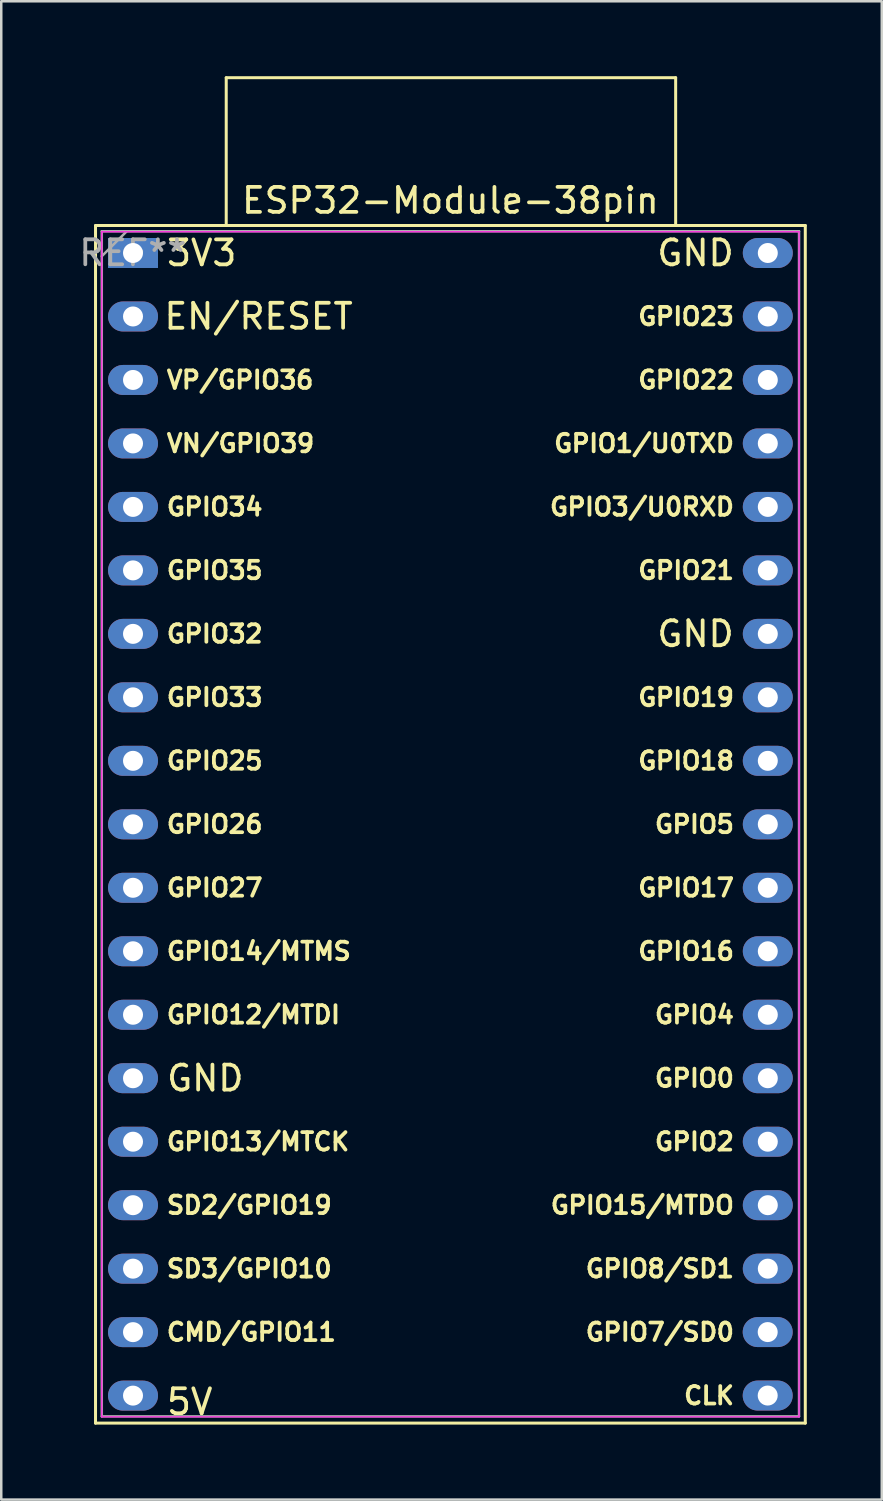
<source format=kicad_pcb>
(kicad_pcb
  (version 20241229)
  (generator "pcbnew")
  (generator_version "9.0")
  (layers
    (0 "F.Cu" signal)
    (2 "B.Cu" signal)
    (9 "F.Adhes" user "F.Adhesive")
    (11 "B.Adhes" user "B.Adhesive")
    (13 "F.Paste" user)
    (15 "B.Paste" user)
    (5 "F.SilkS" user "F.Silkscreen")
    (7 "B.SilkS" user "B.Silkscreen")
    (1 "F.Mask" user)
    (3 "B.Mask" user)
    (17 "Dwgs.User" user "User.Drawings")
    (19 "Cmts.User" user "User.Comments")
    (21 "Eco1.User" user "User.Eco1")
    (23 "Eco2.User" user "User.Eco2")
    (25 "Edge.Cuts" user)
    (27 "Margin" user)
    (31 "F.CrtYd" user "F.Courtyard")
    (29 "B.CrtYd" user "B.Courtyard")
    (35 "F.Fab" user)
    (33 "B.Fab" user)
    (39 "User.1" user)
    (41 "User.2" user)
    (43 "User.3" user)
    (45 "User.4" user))
  (footprint "ESP32-Module-38pin"
    (layer "F.Cu")
    (at 2.272 7.073)
    (property "Reference" "ESP32-Module-38pin" (at 12.7 -2.1 0) (layer "F.SilkS") (effects (font (size 1 1) (thickness 0.15))))
    (attr through_hole)
    (fp_line (start -1.5 46.82) (end 26.9 46.82) (stroke (width 0.12) (type solid)) (layer "F.SilkS"))
    (fp_line (start -1.5 -1.1) (end -1.5 46.82) (stroke (width 0.12) (type solid)) (layer "F.SilkS"))
    (fp_line (start 3.73 -7.013) (end 21.713 -7.013) (stroke (width 0.12) (type solid)) (layer "F.SilkS"))
    (fp_line (start 3.73 -1.12) (end 3.73 -7.013) (stroke (width 0.12) (type solid)) (layer "F.SilkS"))
    (fp_line (start 21.713 -7.013) (end 21.713 -1.12) (stroke (width 0.12) (type solid)) (layer "F.SilkS"))
    (fp_line (start 26.9 46.82) (end 26.9 -1.1) (stroke (width 0.12) (type solid)) (layer "F.SilkS"))
    (fp_line (start 26.9 -1.1) (end -1.5 -1.1) (stroke (width 0.12) (type solid)) (layer "F.SilkS"))
    (fp_line (start -1.25 -0.85) (end 26.65 -0.85) (stroke (width 0.05) (type solid)) (layer "F.CrtYd"))
    (fp_line (start -1.25 46.57) (end -1.25 -0.85) (stroke (width 0.05) (type solid)) (layer "F.CrtYd"))
    (fp_line (start 26.65 -0.85) (end 26.65 46.57) (stroke (width 0.05) (type solid)) (layer "F.CrtYd"))
    (fp_line (start 26.65 46.57) (end -1.25 46.57) (stroke (width 0.05) (type solid)) (layer "F.CrtYd"))
    (fp_line (start -1.25 -0.87) (end 26.65 -0.87) (stroke (width 0.1) (type solid)) (layer "F.Fab"))
    (fp_line (start -1.25 46.55) (end -1.25 -0.87) (stroke (width 0.1) (type solid)) (layer "F.Fab"))
    (fp_line (start -0.25 -0.87) (end -1.25 0.13) (stroke (width 0.1) (type solid)) (layer "F.Fab"))
    (fp_line (start 26.65 -0.87) (end 26.65 46.55) (stroke (width 0.1) (type solid)) (layer "F.Fab"))
    (fp_line (start 26.65 46.55) (end -1.25 46.55) (stroke (width 0.1) (type solid)) (layer "F.Fab"))
    (fp_text user "GPIO7/SD0" (at 24.13 43.18 0) (unlocked yes) (layer "F.SilkS") (effects (font (size 0.7 0.7) (thickness 0.15)) (justify right)))
    (fp_text user "GPIO17" (at 24.13 25.4 0) (unlocked yes) (layer "F.SilkS") (effects (font (size 0.7 0.7) (thickness 0.15)) (justify right)))
    (fp_text user "VP/GPIO36" (at 1.27 5.08 0) (unlocked yes) (layer "F.SilkS") (effects (font (size 0.7 0.7) (thickness 0.15)) (justify left)))
    (fp_text user "GPIO18" (at 24.13 20.32 0) (unlocked yes) (layer "F.SilkS") (effects (font (size 0.7 0.7) (thickness 0.15)) (justify right)))
    (fp_text user "GPIO3/U0RXD" (at 24.13 10.16 0) (unlocked yes) (layer "F.SilkS") (effects (font (size 0.7 0.7) (thickness 0.15)) (justify right)))
    (fp_text user "EN/RESET" (at 8.886 2.537 0) (unlocked yes) (layer "F.SilkS") (effects (font (size 1 1) (thickness 0.15)) (justify right)))
    (fp_text user "GPIO16" (at 24.13 27.94 0) (unlocked yes) (layer "F.SilkS") (effects (font (size 0.7 0.7) (thickness 0.15)) (justify right)))
    (fp_text user "SD2/GPIO19" (at 1.27 38.1 0) (unlocked yes) (layer "F.SilkS") (effects (font (size 0.7 0.7) (thickness 0.15)) (justify left)))
    (fp_text user "GPIO33" (at 1.27 17.78 0) (unlocked yes) (layer "F.SilkS") (effects (font (size 0.7 0.7) (thickness 0.15)) (justify left)))
    (fp_text user "GPIO5" (at 24.13 22.86 0) (unlocked yes) (layer "F.SilkS") (effects (font (size 0.7 0.7) (thickness 0.15)) (justify right)))
    (fp_text user "GPIO2" (at 24.13 35.56 0) (unlocked yes) (layer "F.SilkS") (effects (font (size 0.7 0.7) (thickness 0.15)) (justify right)))
    (fp_text user "VN/GPIO39" (at 1.27 7.62 0) (unlocked yes) (layer "F.SilkS") (effects (font (size 0.7 0.7) (thickness 0.15)) (justify left)))
    (fp_text user "GPIO35" (at 1.27 12.7 0) (unlocked yes) (layer "F.SilkS") (effects (font (size 0.7 0.7) (thickness 0.15)) (justify left)))
    (fp_text user "GPIO0" (at 24.13 33.02 0) (unlocked yes) (layer "F.SilkS") (effects (font (size 0.7 0.7) (thickness 0.15)) (justify right)))
    (fp_text user "GPIO13/MTCK" (at 1.27 35.56 0) (unlocked yes) (layer "F.SilkS") (effects (font (size 0.7 0.7) (thickness 0.15)) (justify left)))
    (fp_text user "GPIO26" (at 1.27 22.86 0) (unlocked yes) (layer "F.SilkS") (effects (font (size 0.7 0.7) (thickness 0.15)) (justify left)))
    (fp_text user "GPIO23" (at 24.13 2.54 0) (unlocked yes) (layer "F.SilkS") (effects (font (size 0.7 0.7) (thickness 0.15)) (justify right)))
    (fp_text user "GPIO12/MTDI" (at 1.27 30.48 0) (unlocked yes) (layer "F.SilkS") (effects (font (size 0.7 0.7) (thickness 0.15)) (justify left)))
    (fp_text user "GPIO27" (at 1.27 25.4 0) (unlocked yes) (layer "F.SilkS") (effects (font (size 0.7 0.7) (thickness 0.15)) (justify left)))
    (fp_text user "CMD/GPIO11" (at 1.27 43.18 0) (unlocked yes) (layer "F.SilkS") (effects (font (size 0.7 0.7) (thickness 0.15)) (justify left)))
    (fp_text user "5V" (at 1.266 45.971 0) (unlocked yes) (layer "F.SilkS") (effects (font (size 1 1) (thickness 0.15)) (justify left)))
    (fp_text user "GND" (at 24.13 0 0) (unlocked yes) (layer "F.SilkS") (effects (font (size 1 1) (thickness 0.15)) (justify right)))
    (fp_text user "GND" (at 1.27 33.02 0) (unlocked yes) (layer "F.SilkS") (effects (font (size 1 1) (thickness 0.15)) (justify left)))
    (fp_text user "GPIO14/MTMS" (at 1.27 27.94 0) (unlocked yes) (layer "F.SilkS") (effects (font (size 0.7 0.7) (thickness 0.15)) (justify left)))
    (fp_text user "SD3/GPIO10" (at 1.27 40.64 0) (unlocked yes) (layer "F.SilkS") (effects (font (size 0.7 0.7) (thickness 0.15)) (justify left)))
    (fp_text user "GPIO32" (at 1.27 15.24 0) (unlocked yes) (layer "F.SilkS") (effects (font (size 0.7 0.7) (thickness 0.15)) (justify left)))
    (fp_text user "GPIO34" (at 1.27 10.16 0) (unlocked yes) (layer "F.SilkS") (effects (font (size 0.7 0.7) (thickness 0.15)) (justify left)))
    (fp_text user "GPIO19" (at 24.13 17.78 0) (unlocked yes) (layer "F.SilkS") (effects (font (size 0.7 0.7) (thickness 0.15)) (justify right)))
    (fp_text user "GPIO8/SD1" (at 24.13 40.64 0) (unlocked yes) (layer "F.SilkS") (effects (font (size 0.7 0.7) (thickness 0.15)) (justify right)))
    (fp_text user "GPIO21" (at 24.13 12.7 0) (unlocked yes) (layer "F.SilkS") (effects (font (size 0.7 0.7) (thickness 0.15)) (justify right)))
    (fp_text user "GPIO22" (at 24.13 5.08 0) (unlocked yes) (layer "F.SilkS") (effects (font (size 0.7 0.7) (thickness 0.15)) (justify right)))
    (fp_text user "3V3" (at 1.27 0 0) (unlocked yes) (layer "F.SilkS") (effects (font (size 1 1) (thickness 0.15)) (justify left)))
    (fp_text user "GND" (at 24.13 15.24 0) (unlocked yes) (layer "F.SilkS") (effects (font (size 1 1) (thickness 0.15)) (justify right)))
    (fp_text user "GPIO15/MTDO" (at 24.13 38.1 0) (unlocked yes) (layer "F.SilkS") (effects (font (size 0.7 0.7) (thickness 0.15)) (justify right)))
    (fp_text user "GPIO4" (at 24.13 30.48 0) (unlocked yes) (layer "F.SilkS") (effects (font (size 0.7 0.7) (thickness 0.15)) (justify right)))
    (fp_text user "CLK" (at 24.13 45.72 0) (unlocked yes) (layer "F.SilkS") (effects (font (size 0.7 0.7) (thickness 0.15)) (justify right)))
    (fp_text user "GPIO1/U0TXD" (at 24.13 7.62 0) (unlocked yes) (layer "F.SilkS") (effects (font (size 0.7 0.7) (thickness 0.15)) (justify right)))
    (fp_text user "GPIO25" (at 1.27 20.32 0) (unlocked yes) (layer "F.SilkS") (effects (font (size 0.7 0.7) (thickness 0.15)) (justify left)))
    (fp_text user "REF**" (at -0.004 -0.003 0) (layer "F.Fab") (effects (font (size 1 1) (thickness 0.15))))
    (pad "1" thru_hole rect (at 0 0 270) (size 1.2 2) (drill 0.8) (layers "*.Cu" "*.Mask"))
    (pad "2" thru_hole oval (at 0 2.54 270) (size 1.2 2) (drill 0.8) (layers "*.Cu" "*.Mask"))
    (pad "3" thru_hole oval (at 0 5.08 270) (size 1.2 2) (drill 0.8) (layers "*.Cu" "*.Mask"))
    (pad "4" thru_hole oval (at 0 7.62 270) (size 1.2 2) (drill 0.8) (layers "*.Cu" "*.Mask"))
    (pad "5" thru_hole oval (at 0 10.16 270) (size 1.2 2) (drill 0.8) (layers "*.Cu" "*.Mask"))
    (pad "6" thru_hole oval (at 0 12.7 270) (size 1.2 2) (drill 0.8) (layers "*.Cu" "*.Mask"))
    (pad "7" thru_hole oval (at 0 15.24 270) (size 1.2 2) (drill 0.8) (layers "*.Cu" "*.Mask"))
    (pad "8" thru_hole oval (at 0 17.78 270) (size 1.2 2) (drill 0.8) (layers "*.Cu" "*.Mask"))
    (pad "9" thru_hole oval (at 0 20.32 270) (size 1.2 2) (drill 0.8) (layers "*.Cu" "*.Mask"))
    (pad "10" thru_hole oval (at 0 22.86 270) (size 1.2 2) (drill 0.8) (layers "*.Cu" "*.Mask"))
    (pad "11" thru_hole oval (at 0 25.4 270) (size 1.2 2) (drill 0.8) (layers "*.Cu" "*.Mask"))
    (pad "12" thru_hole oval (at 0 27.94 270) (size 1.2 2) (drill 0.8) (layers "*.Cu" "*.Mask"))
    (pad "13" thru_hole oval (at 0 30.48 270) (size 1.2 2) (drill 0.8) (layers "*.Cu" "*.Mask"))
    (pad "14" thru_hole oval (at 0 33.02 270) (size 1.2 2) (drill 0.8) (layers "*.Cu" "*.Mask"))
    (pad "15" thru_hole oval (at 0 35.56 270) (size 1.2 2) (drill 0.8) (layers "*.Cu" "*.Mask"))
    (pad "16" thru_hole oval (at 0 38.1 270) (size 1.2 2) (drill 0.8) (layers "*.Cu" "*.Mask"))
    (pad "17" thru_hole oval (at 0 40.64 270) (size 1.2 2) (drill 0.8) (layers "*.Cu" "*.Mask"))
    (pad "18" thru_hole oval (at 0 43.18 270) (size 1.2 2) (drill 0.8) (layers "*.Cu" "*.Mask"))
    (pad "19" thru_hole oval (at 0 45.72 270) (size 1.2 2) (drill 0.8) (layers "*.Cu" "*.Mask"))
    (pad "20" thru_hole oval (at 25.4 0 270) (size 1.2 2) (drill 0.8) (layers "*.Cu" "*.Mask"))
    (pad "21" thru_hole oval (at 25.4 2.54 270) (size 1.2 2) (drill 0.8) (layers "*.Cu" "*.Mask"))
    (pad "22" thru_hole oval (at 25.4 5.08 270) (size 1.2 2) (drill 0.8) (layers "*.Cu" "*.Mask"))
    (pad "23" thru_hole oval (at 25.4 7.62 270) (size 1.2 2) (drill 0.8) (layers "*.Cu" "*.Mask"))
    (pad "24" thru_hole oval (at 25.4 10.16 270) (size 1.2 2) (drill 0.8) (layers "*.Cu" "*.Mask"))
    (pad "25" thru_hole oval (at 25.4 12.7 270) (size 1.2 2) (drill 0.8) (layers "*.Cu" "*.Mask"))
    (pad "26" thru_hole oval (at 25.4 15.24 270) (size 1.2 2) (drill 0.8) (layers "*.Cu" "*.Mask"))
    (pad "27" thru_hole oval (at 25.4 17.78 270) (size 1.2 2) (drill 0.8) (layers "*.Cu" "*.Mask"))
    (pad "28" thru_hole oval (at 25.4 20.32 270) (size 1.2 2) (drill 0.8) (layers "*.Cu" "*.Mask"))
    (pad "29" thru_hole oval (at 25.4 22.86 270) (size 1.2 2) (drill 0.8) (layers "*.Cu" "*.Mask"))
    (pad "30" thru_hole oval (at 25.4 25.4 270) (size 1.2 2) (drill 0.8) (layers "*.Cu" "*.Mask"))
    (pad "31" thru_hole oval (at 25.4 27.94 270) (size 1.2 2) (drill 0.8) (layers "*.Cu" "*.Mask"))
    (pad "32" thru_hole oval (at 25.4 30.48 270) (size 1.2 2) (drill 0.8) (layers "*.Cu" "*.Mask"))
    (pad "33" thru_hole oval (at 25.4 33.02 270) (size 1.2 2) (drill 0.8) (layers "*.Cu" "*.Mask"))
    (pad "34" thru_hole oval (at 25.4 35.56 270) (size 1.2 2) (drill 0.8) (layers "*.Cu" "*.Mask"))
    (pad "35" thru_hole oval (at 25.4 38.1 270) (size 1.2 2) (drill 0.8) (layers "*.Cu" "*.Mask"))
    (pad "36" thru_hole oval (at 25.4 40.64 270) (size 1.2 2) (drill 0.8) (layers "*.Cu" "*.Mask"))
    (pad "37" thru_hole oval (at 25.396 43.177 270) (size 1.2 2) (drill 0.8) (layers "*.Cu" "*.Mask"))
    (pad "38" thru_hole oval (at 25.396 45.717 270) (size 1.2 2) (drill 0.8) (layers "*.Cu" "*.Mask")))
  (gr_rect
    (start -3 -3)
    (end 32.232 56.953)
    (stroke (width 0.1) (type default))
    (fill no)
    (layer "Edge.Cuts")))
</source>
